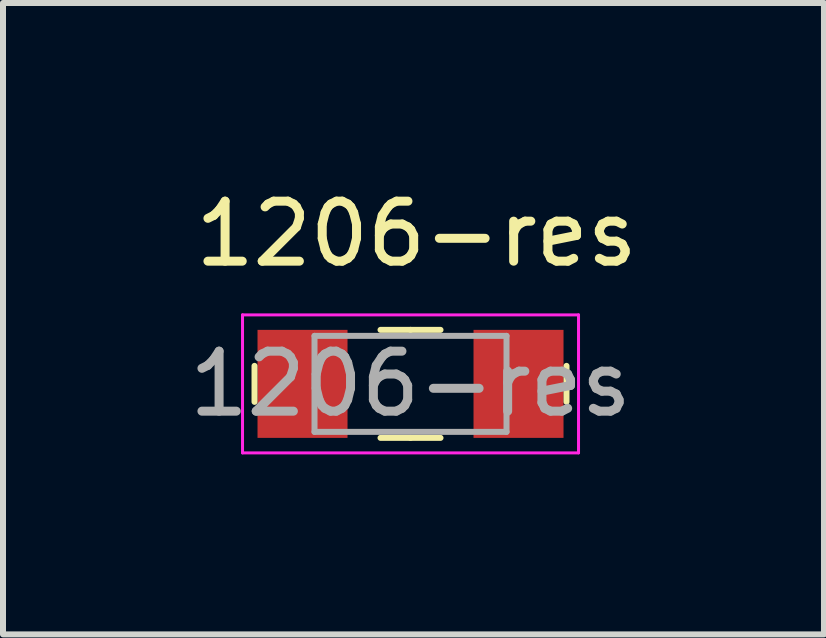
<source format=kicad_pcb>
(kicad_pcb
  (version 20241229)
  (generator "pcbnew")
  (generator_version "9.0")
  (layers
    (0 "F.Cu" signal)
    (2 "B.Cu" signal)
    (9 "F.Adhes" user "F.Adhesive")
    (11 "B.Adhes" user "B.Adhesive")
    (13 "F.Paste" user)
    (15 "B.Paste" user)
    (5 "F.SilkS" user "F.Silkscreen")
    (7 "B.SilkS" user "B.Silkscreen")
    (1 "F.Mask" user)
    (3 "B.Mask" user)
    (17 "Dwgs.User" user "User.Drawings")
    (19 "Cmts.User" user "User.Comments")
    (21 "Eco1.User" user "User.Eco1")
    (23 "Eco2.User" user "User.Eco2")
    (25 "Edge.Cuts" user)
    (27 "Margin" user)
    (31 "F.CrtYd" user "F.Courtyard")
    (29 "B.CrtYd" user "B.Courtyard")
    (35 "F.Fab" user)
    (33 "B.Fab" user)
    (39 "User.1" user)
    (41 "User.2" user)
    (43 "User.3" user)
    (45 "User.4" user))
  (footprint "1206-res"
    (layer "F.Cu")
    (at 3.792 3.348)
    (property "Reference" "1206-res" (at 0.1 -2.5 0) (layer "F.SilkS") (effects (font (size 1 1) (thickness 0.15))))
    (attr smd)
    (fp_line (start -2.6 -0.3) (end -2.6 0.3) (stroke (width 0.1) (type solid)) (layer "F.SilkS"))
    (fp_line (start 0 -0.9) (end -0.5 -0.9) (stroke (width 0.1) (type solid)) (layer "F.SilkS"))
    (fp_line (start 0 -0.9) (end 0.5 -0.9) (stroke (width 0.1) (type solid)) (layer "F.SilkS"))
    (fp_line (start 0 0.9) (end -0.5 0.9) (stroke (width 0.1) (type solid)) (layer "F.SilkS"))
    (fp_line (start 0 0.9) (end 0.5 0.9) (stroke (width 0.1) (type solid)) (layer "F.SilkS"))
    (fp_line (start 2.6 -0.3) (end 2.6 0.3) (stroke (width 0.1) (type solid)) (layer "F.SilkS"))
    (fp_line (start -2.8 -1.15) (end -2.8 1.15) (stroke (width 0.05) (type solid)) (layer "F.CrtYd"))
    (fp_line (start -2.8 1.15) (end 2.8 1.15) (stroke (width 0.05) (type solid)) (layer "F.CrtYd"))
    (fp_line (start 2.8 -1.15) (end -2.8 -1.15) (stroke (width 0.05) (type solid)) (layer "F.CrtYd"))
    (fp_line (start 2.8 1.15) (end 2.8 -1.15) (stroke (width 0.05) (type solid)) (layer "F.CrtYd"))
    (fp_line (start -1.6 -0.8) (end -1.6 0.8) (stroke (width 0.1) (type solid)) (layer "F.Fab"))
    (fp_line (start -1.6 -0.8) (end 1.6 -0.8) (stroke (width 0.1) (type solid)) (layer "F.Fab"))
    (fp_line (start -1.6 0.8) (end 1.6 0.8) (stroke (width 0.1) (type solid)) (layer "F.Fab"))
    (fp_line (start 1.6 -0.8) (end 1.6 0.8) (stroke (width 0.1) (type solid)) (layer "F.Fab"))
    (fp_text user "${REFERENCE}" (at 0 0 0) (layer "F.Fab") (effects (font (size 1 1) (thickness 0.15))))
    (pad "1" smd rect (at -1.8 0) (size 1.5 1.8) (layers "F.Cu" "F.Mask" "F.Paste"))
    (pad "2" smd rect (at 1.8 0) (size 1.5 1.8) (layers "F.Cu" "F.Mask" "F.Paste")))
  (gr_rect
    (start -3 -3)
    (end 10.683 7.523)
    (stroke (width 0.1) (type default))
    (fill no)
    (layer "Edge.Cuts")))
</source>
